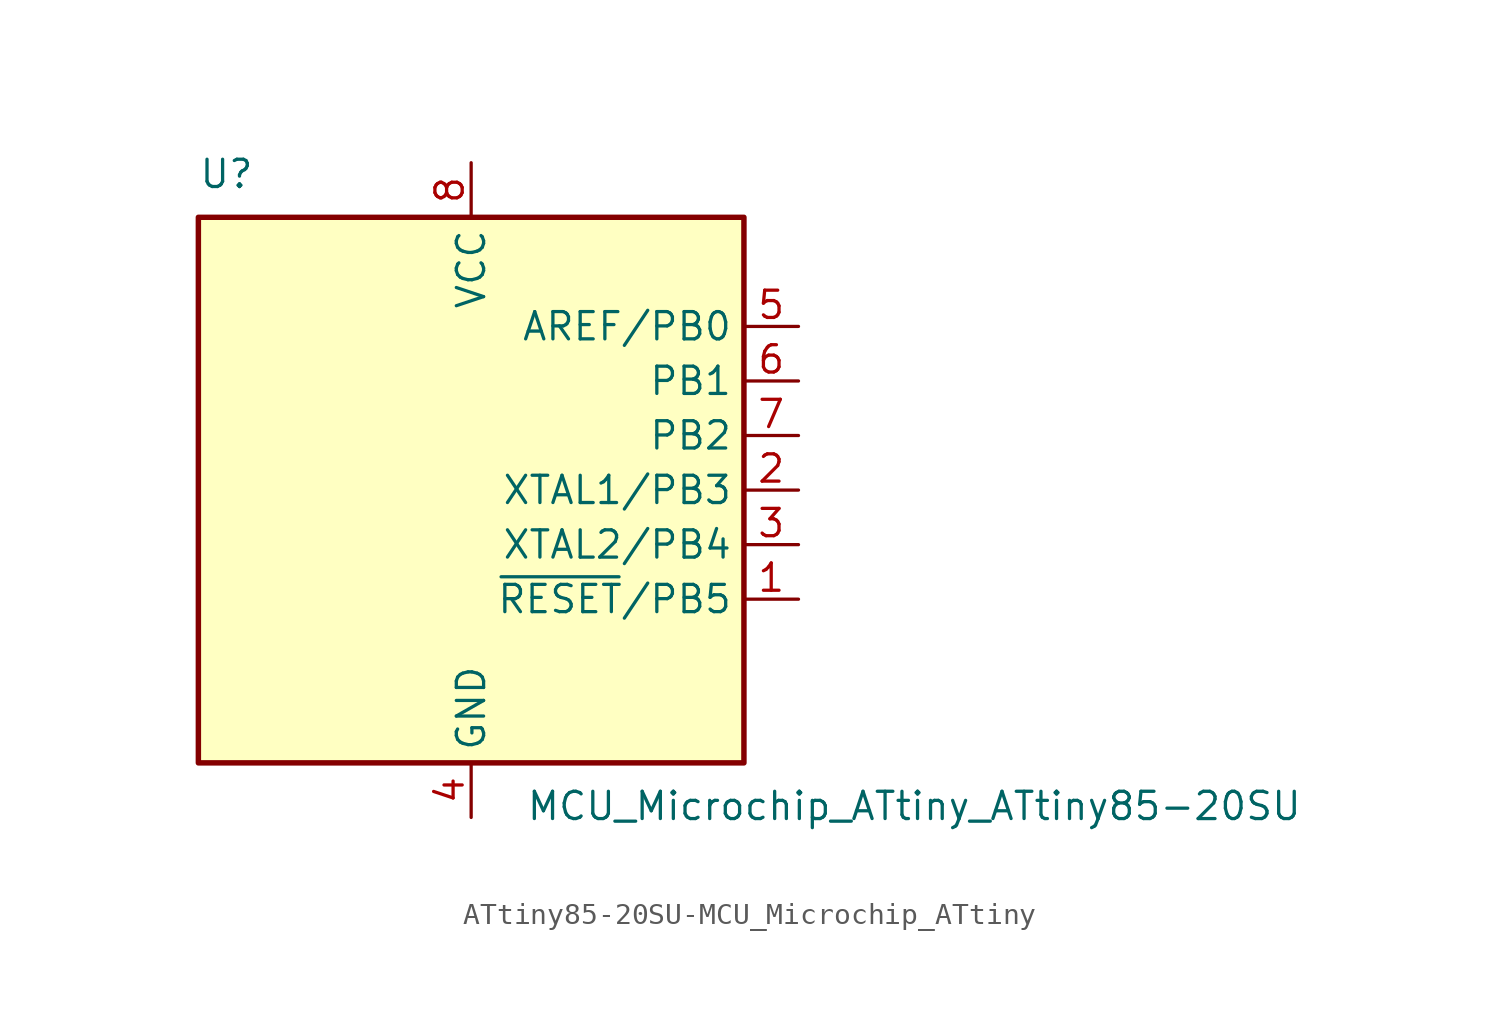
<source format=kicad_sym>
(kicad_symbol_lib
  (version 20220914)
  (generator kicad_symbol_editor)
  (symbol "ATtiny85-20SU-MCU_Microchip_ATtiny"
    (property "Reference" "U"
      (at -12.7 13.97 0)
      (effects (font (size 1.27 1.27)) (justify left bottom)))
    (property "Value" "MCU_Microchip_ATtiny_ATtiny85-20SU"
      (at 2.54 -13.97 0)
      (effects (font (size 1.27 1.27)) (justify left top)))
    (symbol "ATtiny85-20SU-MCU_Microchip_ATtiny_0_1"
      (rectangle (start -12.7 -12.7) (end 12.7 12.7) (stroke (width 0.254) (type solid)) (fill (type background))))
    (symbol "ATtiny85-20SU-MCU_Microchip_ATtiny_1_1"
      (pin bidirectional line (at 15.24 -5.08 180) (length 2.54) (name "~{RESET}/PB5" (effects (font (size 1.27 1.27)))) (number "1" (effects (font (size 1.27 1.27)))))
      (pin bidirectional line (at 15.24 0 180) (length 2.54) (name "XTAL1/PB3" (effects (font (size 1.27 1.27)))) (number "2" (effects (font (size 1.27 1.27)))))
      (pin bidirectional line (at 15.24 -2.54 180) (length 2.54) (name "XTAL2/PB4" (effects (font (size 1.27 1.27)))) (number "3" (effects (font (size 1.27 1.27)))))
      (pin power_in line (at 0 -15.24 90) (length 2.54) (name "GND" (effects (font (size 1.27 1.27)))) (number "4" (effects (font (size 1.27 1.27)))))
      (pin bidirectional line (at 15.24 7.62 180) (length 2.54) (name "AREF/PB0" (effects (font (size 1.27 1.27)))) (number "5" (effects (font (size 1.27 1.27)))))
      (pin bidirectional line (at 15.24 5.08 180) (length 2.54) (name "PB1" (effects (font (size 1.27 1.27)))) (number "6" (effects (font (size 1.27 1.27)))))
      (pin bidirectional line (at 15.24 2.54 180) (length 2.54) (name "PB2" (effects (font (size 1.27 1.27)))) (number "7" (effects (font (size 1.27 1.27)))))
      (pin power_in line (at 0 15.24 270) (length 2.54) (name "VCC" (effects (font (size 1.27 1.27)))) (number "8" (effects (font (size 1.27 1.27))))))))
</source>
